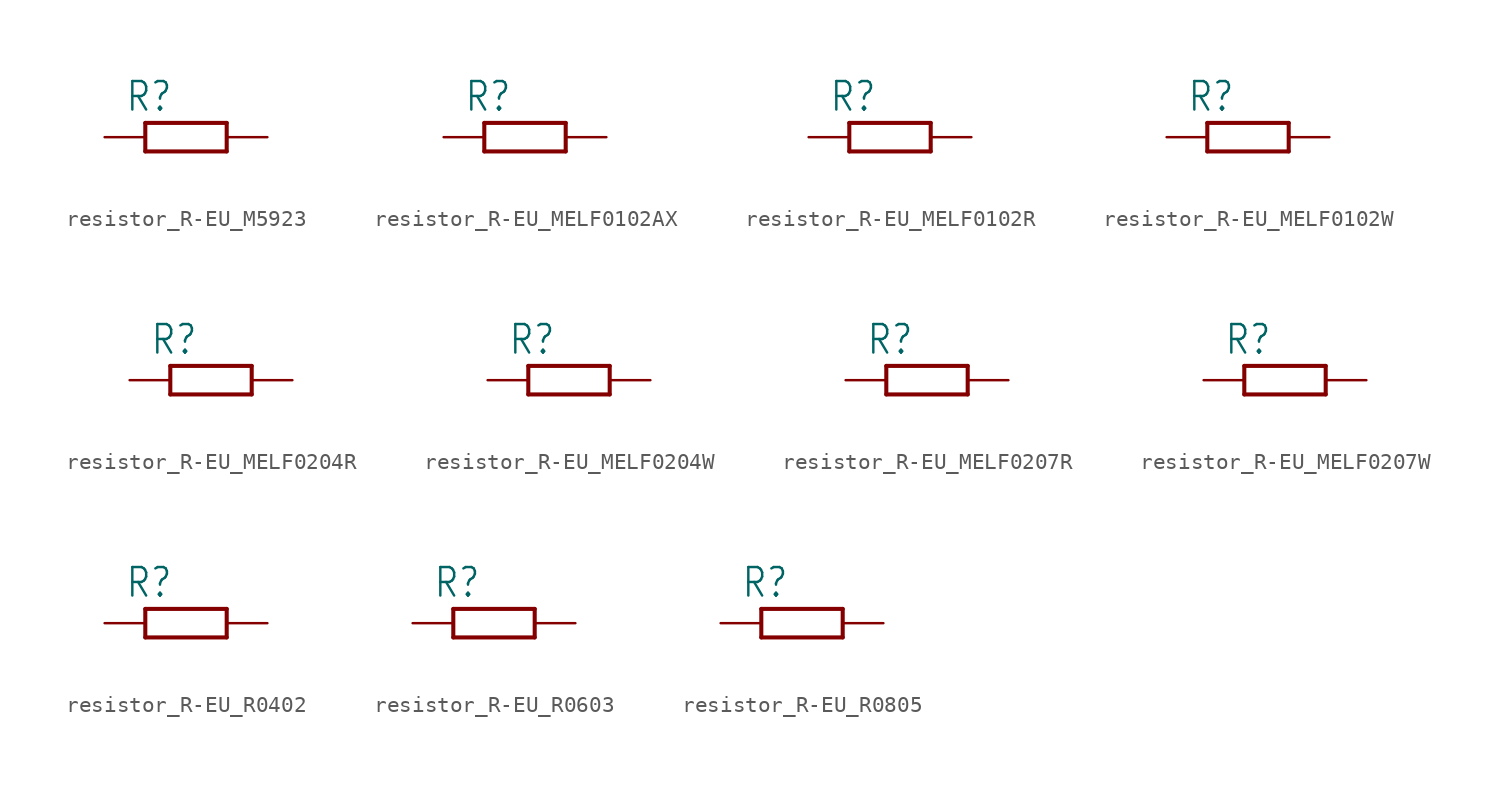
<source format=kicad_sym>
(kicad_symbol_lib
  (version 20241209)
  (generator "kicad_symbol_editor")
  (generator_version "9.0")
  (symbol "resistor_R-EU_M5923"
    (property "Reference" "R"
      (at -3.81 1.499 0)
      (effects (font (size 1.778 1.511)) (justify left bottom)))
    (property "Value" ""
      (at -3.81 -3.302 0)
      (effects (font (size 1.778 1.511)) (justify left bottom)))
    (property "ki_locked" ""
      (at 0 0 0)
      (effects (font (size 1.27 1.27))))
    (symbol "resistor_R-EU_M5923_1_0"
      (polyline (pts (xy -2.54 -0.889) (xy -2.54 0.889)) (stroke (width 0.254) (type solid)) (fill (type none)))
      (polyline (pts (xy -2.54 -0.889) (xy 2.54 -0.889)) (stroke (width 0.254) (type solid)) (fill (type none)))
      (polyline (pts (xy 2.54 0.889) (xy -2.54 0.889)) (stroke (width 0.254) (type solid)) (fill (type none)))
      (polyline (pts (xy 2.54 -0.889) (xy 2.54 0.889)) (stroke (width 0.254) (type solid)) (fill (type none)))
      (pin passive line (at -5.08 0 0) (length 2.54) (name "1" (effects (font (size 0 0)))) (number "1" (effects (font (size 0 0)))))
      (pin passive line (at 5.08 0 180) (length 2.54) (name "2" (effects (font (size 0 0)))) (number "2" (effects (font (size 0 0)))))))
  (symbol "resistor_R-EU_MELF0102AX"
    (property "Reference" "R"
      (at -3.81 1.499 0)
      (effects (font (size 1.778 1.511)) (justify left bottom)))
    (property "Value" ""
      (at -3.81 -3.302 0)
      (effects (font (size 1.778 1.511)) (justify left bottom)))
    (property "ki_locked" ""
      (at 0 0 0)
      (effects (font (size 1.27 1.27))))
    (symbol "resistor_R-EU_MELF0102AX_1_0"
      (polyline (pts (xy -2.54 -0.889) (xy -2.54 0.889)) (stroke (width 0.254) (type solid)) (fill (type none)))
      (polyline (pts (xy -2.54 -0.889) (xy 2.54 -0.889)) (stroke (width 0.254) (type solid)) (fill (type none)))
      (polyline (pts (xy 2.54 0.889) (xy -2.54 0.889)) (stroke (width 0.254) (type solid)) (fill (type none)))
      (polyline (pts (xy 2.54 -0.889) (xy 2.54 0.889)) (stroke (width 0.254) (type solid)) (fill (type none)))
      (pin passive line (at -5.08 0 0) (length 2.54) (name "1" (effects (font (size 0 0)))) (number "1" (effects (font (size 0 0)))))
      (pin passive line (at 5.08 0 180) (length 2.54) (name "2" (effects (font (size 0 0)))) (number "2" (effects (font (size 0 0)))))))
  (symbol "resistor_R-EU_MELF0102R"
    (property "Reference" "R"
      (at -3.81 1.499 0)
      (effects (font (size 1.778 1.511)) (justify left bottom)))
    (property "Value" ""
      (at -3.81 -3.302 0)
      (effects (font (size 1.778 1.511)) (justify left bottom)))
    (property "ki_locked" ""
      (at 0 0 0)
      (effects (font (size 1.27 1.27))))
    (symbol "resistor_R-EU_MELF0102R_1_0"
      (polyline (pts (xy -2.54 -0.889) (xy -2.54 0.889)) (stroke (width 0.254) (type solid)) (fill (type none)))
      (polyline (pts (xy -2.54 -0.889) (xy 2.54 -0.889)) (stroke (width 0.254) (type solid)) (fill (type none)))
      (polyline (pts (xy 2.54 0.889) (xy -2.54 0.889)) (stroke (width 0.254) (type solid)) (fill (type none)))
      (polyline (pts (xy 2.54 -0.889) (xy 2.54 0.889)) (stroke (width 0.254) (type solid)) (fill (type none)))
      (pin passive line (at -5.08 0 0) (length 2.54) (name "1" (effects (font (size 0 0)))) (number "1" (effects (font (size 0 0)))))
      (pin passive line (at 5.08 0 180) (length 2.54) (name "2" (effects (font (size 0 0)))) (number "2" (effects (font (size 0 0)))))))
  (symbol "resistor_R-EU_MELF0102W"
    (property "Reference" "R"
      (at -3.81 1.499 0)
      (effects (font (size 1.778 1.511)) (justify left bottom)))
    (property "Value" ""
      (at -3.81 -3.302 0)
      (effects (font (size 1.778 1.511)) (justify left bottom)))
    (property "ki_locked" ""
      (at 0 0 0)
      (effects (font (size 1.27 1.27))))
    (symbol "resistor_R-EU_MELF0102W_1_0"
      (polyline (pts (xy -2.54 -0.889) (xy -2.54 0.889)) (stroke (width 0.254) (type solid)) (fill (type none)))
      (polyline (pts (xy -2.54 -0.889) (xy 2.54 -0.889)) (stroke (width 0.254) (type solid)) (fill (type none)))
      (polyline (pts (xy 2.54 0.889) (xy -2.54 0.889)) (stroke (width 0.254) (type solid)) (fill (type none)))
      (polyline (pts (xy 2.54 -0.889) (xy 2.54 0.889)) (stroke (width 0.254) (type solid)) (fill (type none)))
      (pin passive line (at -5.08 0 0) (length 2.54) (name "1" (effects (font (size 0 0)))) (number "1" (effects (font (size 0 0)))))
      (pin passive line (at 5.08 0 180) (length 2.54) (name "2" (effects (font (size 0 0)))) (number "2" (effects (font (size 0 0)))))))
  (symbol "resistor_R-EU_MELF0204R"
    (property "Reference" "R"
      (at -3.81 1.499 0)
      (effects (font (size 1.778 1.511)) (justify left bottom)))
    (property "Value" ""
      (at -3.81 -3.302 0)
      (effects (font (size 1.778 1.511)) (justify left bottom)))
    (property "ki_locked" ""
      (at 0 0 0)
      (effects (font (size 1.27 1.27))))
    (symbol "resistor_R-EU_MELF0204R_1_0"
      (polyline (pts (xy -2.54 -0.889) (xy -2.54 0.889)) (stroke (width 0.254) (type solid)) (fill (type none)))
      (polyline (pts (xy -2.54 -0.889) (xy 2.54 -0.889)) (stroke (width 0.254) (type solid)) (fill (type none)))
      (polyline (pts (xy 2.54 0.889) (xy -2.54 0.889)) (stroke (width 0.254) (type solid)) (fill (type none)))
      (polyline (pts (xy 2.54 -0.889) (xy 2.54 0.889)) (stroke (width 0.254) (type solid)) (fill (type none)))
      (pin passive line (at -5.08 0 0) (length 2.54) (name "1" (effects (font (size 0 0)))) (number "1" (effects (font (size 0 0)))))
      (pin passive line (at 5.08 0 180) (length 2.54) (name "2" (effects (font (size 0 0)))) (number "2" (effects (font (size 0 0)))))))
  (symbol "resistor_R-EU_MELF0204W"
    (property "Reference" "R"
      (at -3.81 1.499 0)
      (effects (font (size 1.778 1.511)) (justify left bottom)))
    (property "Value" ""
      (at -3.81 -3.302 0)
      (effects (font (size 1.778 1.511)) (justify left bottom)))
    (property "ki_locked" ""
      (at 0 0 0)
      (effects (font (size 1.27 1.27))))
    (symbol "resistor_R-EU_MELF0204W_1_0"
      (polyline (pts (xy -2.54 -0.889) (xy -2.54 0.889)) (stroke (width 0.254) (type solid)) (fill (type none)))
      (polyline (pts (xy -2.54 -0.889) (xy 2.54 -0.889)) (stroke (width 0.254) (type solid)) (fill (type none)))
      (polyline (pts (xy 2.54 0.889) (xy -2.54 0.889)) (stroke (width 0.254) (type solid)) (fill (type none)))
      (polyline (pts (xy 2.54 -0.889) (xy 2.54 0.889)) (stroke (width 0.254) (type solid)) (fill (type none)))
      (pin passive line (at -5.08 0 0) (length 2.54) (name "1" (effects (font (size 0 0)))) (number "1" (effects (font (size 0 0)))))
      (pin passive line (at 5.08 0 180) (length 2.54) (name "2" (effects (font (size 0 0)))) (number "2" (effects (font (size 0 0)))))))
  (symbol "resistor_R-EU_MELF0207R"
    (property "Reference" "R"
      (at -3.81 1.499 0)
      (effects (font (size 1.778 1.511)) (justify left bottom)))
    (property "Value" ""
      (at -3.81 -3.302 0)
      (effects (font (size 1.778 1.511)) (justify left bottom)))
    (property "ki_locked" ""
      (at 0 0 0)
      (effects (font (size 1.27 1.27))))
    (symbol "resistor_R-EU_MELF0207R_1_0"
      (polyline (pts (xy -2.54 -0.889) (xy -2.54 0.889)) (stroke (width 0.254) (type solid)) (fill (type none)))
      (polyline (pts (xy -2.54 -0.889) (xy 2.54 -0.889)) (stroke (width 0.254) (type solid)) (fill (type none)))
      (polyline (pts (xy 2.54 0.889) (xy -2.54 0.889)) (stroke (width 0.254) (type solid)) (fill (type none)))
      (polyline (pts (xy 2.54 -0.889) (xy 2.54 0.889)) (stroke (width 0.254) (type solid)) (fill (type none)))
      (pin passive line (at -5.08 0 0) (length 2.54) (name "1" (effects (font (size 0 0)))) (number "1" (effects (font (size 0 0)))))
      (pin passive line (at 5.08 0 180) (length 2.54) (name "2" (effects (font (size 0 0)))) (number "2" (effects (font (size 0 0)))))))
  (symbol "resistor_R-EU_MELF0207W"
    (property "Reference" "R"
      (at -3.81 1.499 0)
      (effects (font (size 1.778 1.511)) (justify left bottom)))
    (property "Value" ""
      (at -3.81 -3.302 0)
      (effects (font (size 1.778 1.511)) (justify left bottom)))
    (property "ki_locked" ""
      (at 0 0 0)
      (effects (font (size 1.27 1.27))))
    (symbol "resistor_R-EU_MELF0207W_1_0"
      (polyline (pts (xy -2.54 -0.889) (xy -2.54 0.889)) (stroke (width 0.254) (type solid)) (fill (type none)))
      (polyline (pts (xy -2.54 -0.889) (xy 2.54 -0.889)) (stroke (width 0.254) (type solid)) (fill (type none)))
      (polyline (pts (xy 2.54 0.889) (xy -2.54 0.889)) (stroke (width 0.254) (type solid)) (fill (type none)))
      (polyline (pts (xy 2.54 -0.889) (xy 2.54 0.889)) (stroke (width 0.254) (type solid)) (fill (type none)))
      (pin passive line (at -5.08 0 0) (length 2.54) (name "1" (effects (font (size 0 0)))) (number "1" (effects (font (size 0 0)))))
      (pin passive line (at 5.08 0 180) (length 2.54) (name "2" (effects (font (size 0 0)))) (number "2" (effects (font (size 0 0)))))))
  (symbol "resistor_R-EU_R0402"
    (property "Reference" "R"
      (at -3.81 1.499 0)
      (effects (font (size 1.778 1.511)) (justify left bottom)))
    (property "Value" ""
      (at -3.81 -3.302 0)
      (effects (font (size 1.778 1.511)) (justify left bottom)))
    (property "ki_locked" ""
      (at 0 0 0)
      (effects (font (size 1.27 1.27))))
    (symbol "resistor_R-EU_R0402_1_0"
      (polyline (pts (xy -2.54 -0.889) (xy -2.54 0.889)) (stroke (width 0.254) (type solid)) (fill (type none)))
      (polyline (pts (xy -2.54 -0.889) (xy 2.54 -0.889)) (stroke (width 0.254) (type solid)) (fill (type none)))
      (polyline (pts (xy 2.54 0.889) (xy -2.54 0.889)) (stroke (width 0.254) (type solid)) (fill (type none)))
      (polyline (pts (xy 2.54 -0.889) (xy 2.54 0.889)) (stroke (width 0.254) (type solid)) (fill (type none)))
      (pin passive line (at -5.08 0 0) (length 2.54) (name "1" (effects (font (size 0 0)))) (number "1" (effects (font (size 0 0)))))
      (pin passive line (at 5.08 0 180) (length 2.54) (name "2" (effects (font (size 0 0)))) (number "2" (effects (font (size 0 0)))))))
  (symbol "resistor_R-EU_R0603"
    (property "Reference" "R"
      (at -3.81 1.499 0)
      (effects (font (size 1.778 1.511)) (justify left bottom)))
    (property "Value" ""
      (at -3.81 -3.302 0)
      (effects (font (size 1.778 1.511)) (justify left bottom)))
    (property "ki_locked" ""
      (at 0 0 0)
      (effects (font (size 1.27 1.27))))
    (symbol "resistor_R-EU_R0603_1_0"
      (polyline (pts (xy -2.54 -0.889) (xy -2.54 0.889)) (stroke (width 0.254) (type solid)) (fill (type none)))
      (polyline (pts (xy -2.54 -0.889) (xy 2.54 -0.889)) (stroke (width 0.254) (type solid)) (fill (type none)))
      (polyline (pts (xy 2.54 0.889) (xy -2.54 0.889)) (stroke (width 0.254) (type solid)) (fill (type none)))
      (polyline (pts (xy 2.54 -0.889) (xy 2.54 0.889)) (stroke (width 0.254) (type solid)) (fill (type none)))
      (pin passive line (at -5.08 0 0) (length 2.54) (name "1" (effects (font (size 0 0)))) (number "1" (effects (font (size 0 0)))))
      (pin passive line (at 5.08 0 180) (length 2.54) (name "2" (effects (font (size 0 0)))) (number "2" (effects (font (size 0 0)))))))
  (symbol "resistor_R-EU_R0805"
    (property "Reference" "R"
      (at -3.81 1.499 0)
      (effects (font (size 1.778 1.511)) (justify left bottom)))
    (property "Value" ""
      (at -3.81 -3.302 0)
      (effects (font (size 1.778 1.511)) (justify left bottom)))
    (property "ki_locked" ""
      (at 0 0 0)
      (effects (font (size 1.27 1.27))))
    (symbol "resistor_R-EU_R0805_1_0"
      (polyline (pts (xy -2.54 -0.889) (xy -2.54 0.889)) (stroke (width 0.254) (type solid)) (fill (type none)))
      (polyline (pts (xy -2.54 -0.889) (xy 2.54 -0.889)) (stroke (width 0.254) (type solid)) (fill (type none)))
      (polyline (pts (xy 2.54 0.889) (xy -2.54 0.889)) (stroke (width 0.254) (type solid)) (fill (type none)))
      (polyline (pts (xy 2.54 -0.889) (xy 2.54 0.889)) (stroke (width 0.254) (type solid)) (fill (type none)))
      (pin passive line (at -5.08 0 0) (length 2.54) (name "1" (effects (font (size 0 0)))) (number "1" (effects (font (size 0 0)))))
      (pin passive line (at 5.08 0 180) (length 2.54) (name "2" (effects (font (size 0 0)))) (number "2" (effects (font (size 0 0))))))))
</source>
